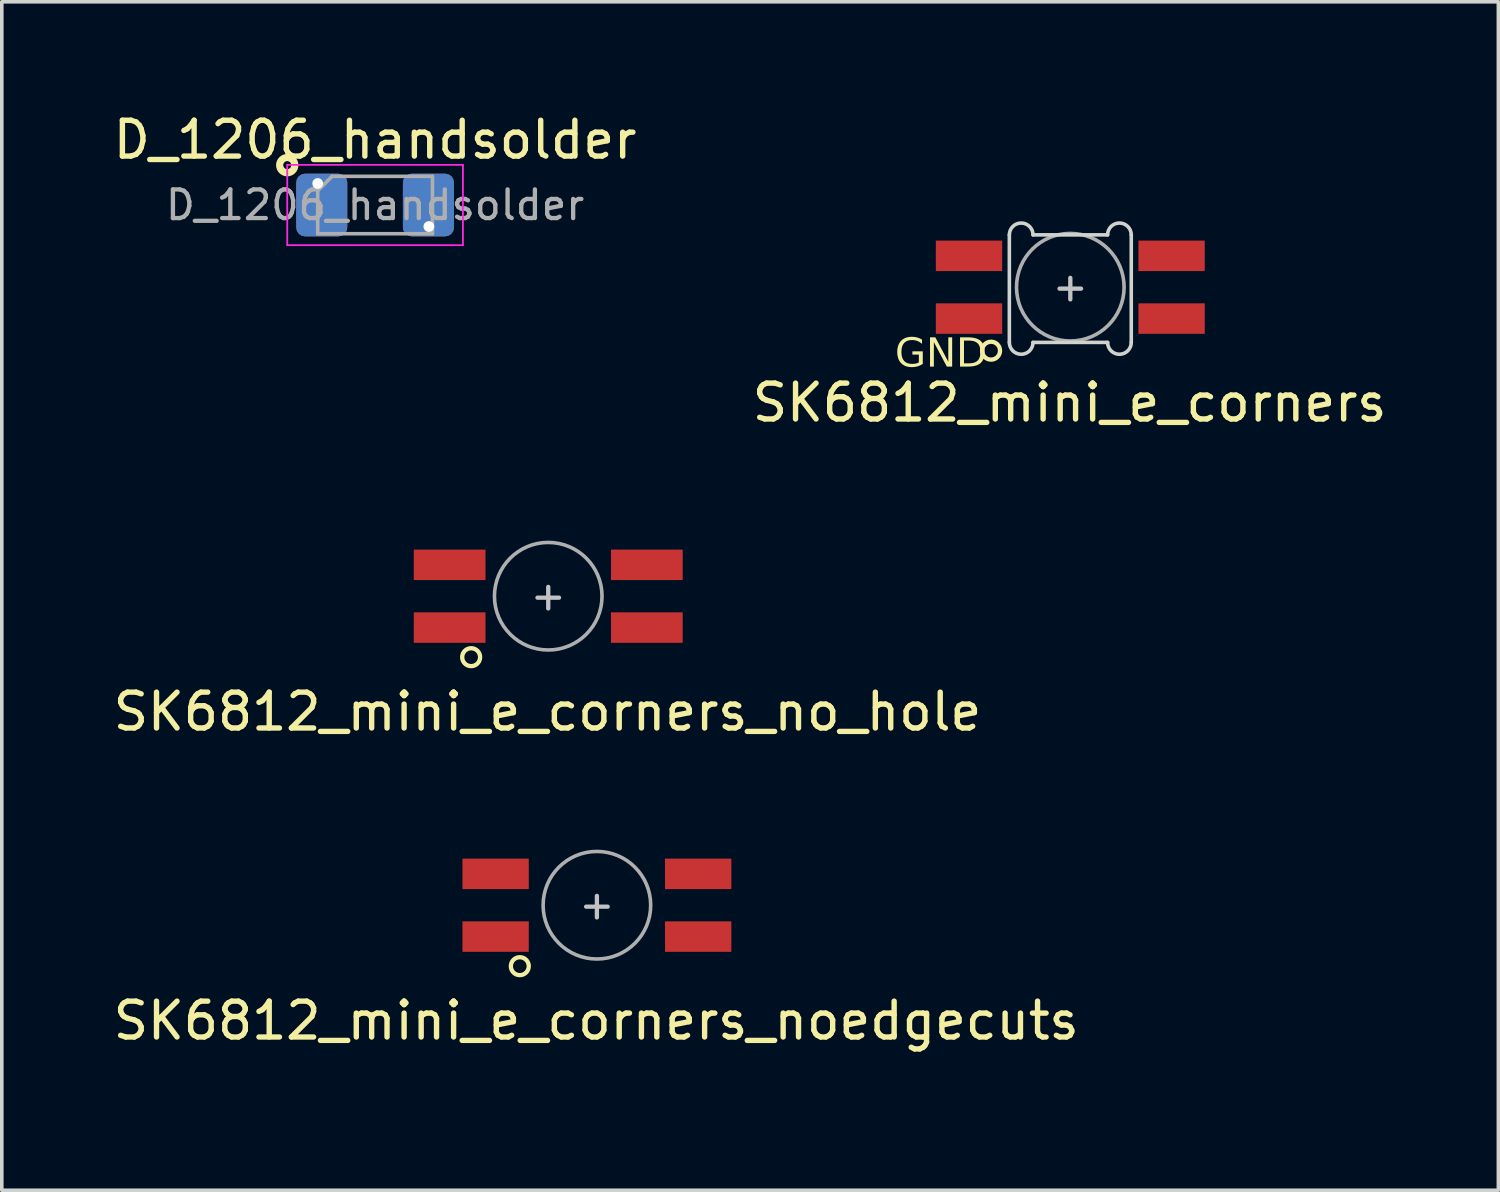
<source format=kicad_pcb>
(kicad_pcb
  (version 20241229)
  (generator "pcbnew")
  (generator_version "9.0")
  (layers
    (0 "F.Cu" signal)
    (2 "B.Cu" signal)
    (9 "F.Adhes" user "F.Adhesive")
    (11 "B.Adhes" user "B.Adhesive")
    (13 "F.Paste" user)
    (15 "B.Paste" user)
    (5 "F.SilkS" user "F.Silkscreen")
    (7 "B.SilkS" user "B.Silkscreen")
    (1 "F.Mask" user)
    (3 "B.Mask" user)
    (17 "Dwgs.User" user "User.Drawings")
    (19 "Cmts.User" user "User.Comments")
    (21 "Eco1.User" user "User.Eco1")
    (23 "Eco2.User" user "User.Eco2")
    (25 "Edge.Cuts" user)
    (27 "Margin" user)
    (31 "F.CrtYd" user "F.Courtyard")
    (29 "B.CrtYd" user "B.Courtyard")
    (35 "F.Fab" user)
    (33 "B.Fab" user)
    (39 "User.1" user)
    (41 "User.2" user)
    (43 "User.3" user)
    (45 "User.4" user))
  (footprint "SK6812_mini_e_corners"
    (layer "F.Cu")
    (at 26.8 0.25)
    (property "Reference" "SK6812_mini_e_corners" (at -0.02 7.93 0) (layer "F.SilkS") (effects (font (size 1 1) (thickness 0.15))))
    (attr through_hole)
    (fp_poly (pts (xy -1.9 5.96) (xy -3.3 5.96) (xy -3.7 5.56) (xy -3.7 5.21) (xy -1.9 5.21)) (stroke (width 0.1) (type solid)) (fill yes) (layer "F.Mask"))
    (fp_circle (center -2.21 6.48) (end -2.06 6.28) (stroke (width 0.12) (type solid)) (fill no) (layer "F.SilkS"))
    (fp_poly (pts (xy -1.9 5.96) (xy -3.3 5.96) (xy -3.7 5.56) (xy -3.7 5.21) (xy -1.9 5.21)) (stroke (width 0.1) (type solid)) (fill yes) (layer "F.Paste"))
    (fp_line (start -0.3 4.75) (end 0.3 4.75) (stroke (width 0.12) (type solid)) (layer "Dwgs.User"))
    (fp_line (start 0 5.05) (end 0 4.45) (stroke (width 0.12) (type solid)) (layer "Dwgs.User"))
    (fp_line (start -1.7 3.25) (end -1.7 6.25) (stroke (width 0.1) (type solid)) (layer "Edge.Cuts"))
    (fp_line (start -1.04 3.25) (end 1.04 3.25) (stroke (width 0.1) (type solid)) (layer "Edge.Cuts"))
    (fp_line (start 1.04 6.25) (end -1.04 6.25) (stroke (width 0.1) (type solid)) (layer "Edge.Cuts"))
    (fp_line (start 1.7 6.25) (end 1.7 3.25) (stroke (width 0.1) (type solid)) (layer "Edge.Cuts"))
    (fp_arc (start -1.7 3.25) (mid -1.37 2.92) (end -1.04 3.25) (stroke (width 0.1) (type solid)) (layer "Edge.Cuts"))
    (fp_arc (start -1.04 6.25) (mid -1.37 6.58) (end -1.7 6.25) (stroke (width 0.1) (type solid)) (layer "Edge.Cuts"))
    (fp_arc (start 1.04 3.25) (mid 1.37 2.92) (end 1.7 3.25) (stroke (width 0.1) (type solid)) (layer "Edge.Cuts"))
    (fp_arc (start 1.7 6.25) (mid 1.37 6.58) (end 1.04 6.25) (stroke (width 0.1) (type solid)) (layer "Edge.Cuts"))
    (fp_circle (center 0 4.71) (end 0 3.21) (stroke (width 0.1) (type solid)) (fill no) (layer "F.Fab"))
    (fp_text user "GND" (at -4.89 7.06 0) (unlocked yes) (layer "F.SilkS") (effects (font (face "Fira Sans") (size 0.8 0.8) (thickness 0.1)) (justify left bottom)))
    (pad "1" smd rect (at 2.825 5.585) (size 1.85 0.85) (layers "F.Cu" "F.Mask" "F.Paste"))
    (pad "2" smd rect (at -2.825 5.585) (size 1.85 0.85) (layers "F.Cu"))
    (pad "3" smd rect (at -2.825 3.835 180) (size 1.85 0.85) (layers "F.Cu" "F.Mask" "F.Paste"))
    (pad "4" smd rect (at 2.825 3.835 180) (size 1.85 0.85) (layers "F.Cu" "F.Mask" "F.Paste")))
  (footprint "D_1206_handsolder"
    (layer "F.Cu")
    (at 7.411 2.668)
    (property "Reference" "D_1206_handsolder" (at 0 -1.82 0) (layer "F.SilkS") (effects (font (size 1 1) (thickness 0.15))))
    (attr smd)
    (fp_circle (center -2.45 -1.112) (end -2.238 -1.112) (stroke (width 0.2) (type default)) (fill no) (layer "F.SilkS"))
    (fp_line (start -2.45 -1.12) (end 2.45 -1.12) (stroke (width 0.05) (type solid)) (layer "F.CrtYd"))
    (fp_line (start -2.45 1.12) (end -2.45 -1.12) (stroke (width 0.05) (type solid)) (layer "F.CrtYd"))
    (fp_line (start 2.45 -1.12) (end 2.45 1.12) (stroke (width 0.05) (type solid)) (layer "F.CrtYd"))
    (fp_line (start 2.45 1.12) (end -2.45 1.12) (stroke (width 0.05) (type solid)) (layer "F.CrtYd"))
    (fp_line (start -1.6 -0.4) (end -1.6 0.8) (stroke (width 0.1) (type solid)) (layer "F.Fab"))
    (fp_line (start -1.6 0.8) (end 1.6 0.8) (stroke (width 0.1) (type solid)) (layer "F.Fab"))
    (fp_line (start -1.2 -0.8) (end -1.6 -0.4) (stroke (width 0.1) (type solid)) (layer "F.Fab"))
    (fp_line (start 1.6 -0.8) (end -1.2 -0.8) (stroke (width 0.1) (type solid)) (layer "F.Fab"))
    (fp_line (start 1.6 0.8) (end 1.6 -0.8) (stroke (width 0.1) (type solid)) (layer "F.Fab"))
    (fp_text user "${REFERENCE}" (at 0 0 0) (layer "F.Fab") (effects (font (size 0.8 0.8) (thickness 0.12))))
    (pad "1" thru_hole circle (at -1.6 -0.6) (size 0.5 0.5) (drill 0.3) (layers "*.Cu" "*.Mask"))
    (pad "1" smd roundrect (at -1.488 0) (size 1.425 1.75) (layers "F.Cu" "F.Mask" "F.Paste") (roundrect_rratio 0.175))
    (pad "1" smd roundrect (at -1.488 0) (size 1.425 1.75) (layers "B.Cu" "B.Mask" "B.Paste") (roundrect_rratio 0.175))
    (pad "2" smd roundrect (at 1.488 0) (size 1.425 1.75) (layers "F.Cu" "F.Mask" "F.Paste") (roundrect_rratio 0.175))
    (pad "2" smd roundrect (at 1.488 0) (size 1.425 1.75) (layers "B.Cu" "B.Mask" "B.Paste") (roundrect_rratio 0.175))
    (pad "2" thru_hole circle (at 1.5 0.6) (size 0.5 0.5) (drill 0.3) (layers "*.Cu" "*.Mask")))
  (footprint "SK6812_mini_e_corners_noedgecuts"
    (layer "F.Cu")
    (at 13.597 26.896)
    (property "Reference" "SK6812_mini_e_corners_noedgecuts" (at -0.02 -1.48 0) (layer "F.SilkS") (effects (font (size 1 1) (thickness 0.15))))
    (attr through_hole)
    (fp_poly (pts (xy -1.9 -3.45) (xy -3.3 -3.45) (xy -3.7 -3.85) (xy -3.7 -4.2) (xy -1.9 -4.2)) (stroke (width 0.1) (type solid)) (fill yes) (layer "F.Mask"))
    (fp_circle (center -2.15 -3) (end -2 -3.2) (stroke (width 0.12) (type solid)) (fill no) (layer "F.SilkS"))
    (fp_poly (pts (xy -1.9 -3.45) (xy -3.3 -3.45) (xy -3.7 -3.85) (xy -3.7 -4.2) (xy -1.9 -4.2)) (stroke (width 0.1) (type solid)) (fill yes) (layer "F.Paste"))
    (fp_line (start -0.3 -4.66) (end 0.3 -4.66) (stroke (width 0.12) (type solid)) (layer "Dwgs.User"))
    (fp_line (start 0 -4.36) (end 0 -4.96) (stroke (width 0.12) (type solid)) (layer "Dwgs.User"))
    (fp_circle (center 0 -4.7) (end 0 -6.2) (stroke (width 0.1) (type solid)) (fill no) (layer "F.Fab"))
    (pad "1" smd rect (at 2.825 -3.825) (size 1.85 0.85) (layers "F.Cu" "F.Mask" "F.Paste"))
    (pad "2" smd rect (at -2.825 -3.825) (size 1.85 0.85) (layers "F.Cu"))
    (pad "3" smd rect (at -2.825 -5.575 180) (size 1.85 0.85) (layers "F.Cu" "F.Mask" "F.Paste"))
    (pad "4" smd rect (at 2.825 -5.575 180) (size 1.85 0.85) (layers "F.Cu" "F.Mask" "F.Paste")))
  (footprint "SK6812_mini_e_corners_no_hole"
    (layer "F.Cu")
    (at 12.24 13.478)
    (property "Reference" "SK6812_mini_e_corners_no_hole" (at -0.02 3.32 0) (layer "F.SilkS") (effects (font (size 1 1) (thickness 0.15))))
    (attr through_hole)
    (fp_poly (pts (xy -1.7 1.35) (xy -3.3 1.35) (xy -3.7 0.95) (xy -3.7 0.6) (xy -1.7 0.6)) (stroke (width 0.1) (type solid)) (fill yes) (layer "F.Mask"))
    (fp_circle (center -2.15 1.8) (end -2 1.6) (stroke (width 0.12) (type solid)) (fill no) (layer "F.SilkS"))
    (fp_poly (pts (xy -1.7 1.35) (xy -3.3 1.35) (xy -3.7 0.95) (xy -3.7 0.6) (xy -1.7 0.6)) (stroke (width 0.1) (type solid)) (fill yes) (layer "F.Paste"))
    (fp_line (start -0.3 0.14) (end 0.3 0.14) (stroke (width 0.12) (type solid)) (layer "Dwgs.User"))
    (fp_line (start 0 0.44) (end 0 -0.16) (stroke (width 0.12) (type solid)) (layer "Dwgs.User"))
    (fp_circle (center 0 0.1) (end 0 -1.4) (stroke (width 0.1) (type solid)) (fill no) (layer "F.Fab"))
    (pad "1" smd rect (at 2.75 0.975) (size 2 0.85) (layers "F.Cu" "F.Mask" "F.Paste"))
    (pad "2" smd rect (at -2.75 0.975) (size 2 0.85) (layers "F.Cu"))
    (pad "3" smd rect (at -2.75 -0.775 180) (size 2 0.85) (layers "F.Cu" "F.Mask" "F.Paste"))
    (pad "4" smd rect (at 2.75 -0.775 180) (size 2 0.85) (layers "F.Cu" "F.Mask" "F.Paste")))
  (gr_rect
    (start -3 -3)
    (end 38.738 30.146)
    (stroke (width 0.1) (type default))
    (fill no)
    (layer "Edge.Cuts")))
</source>
